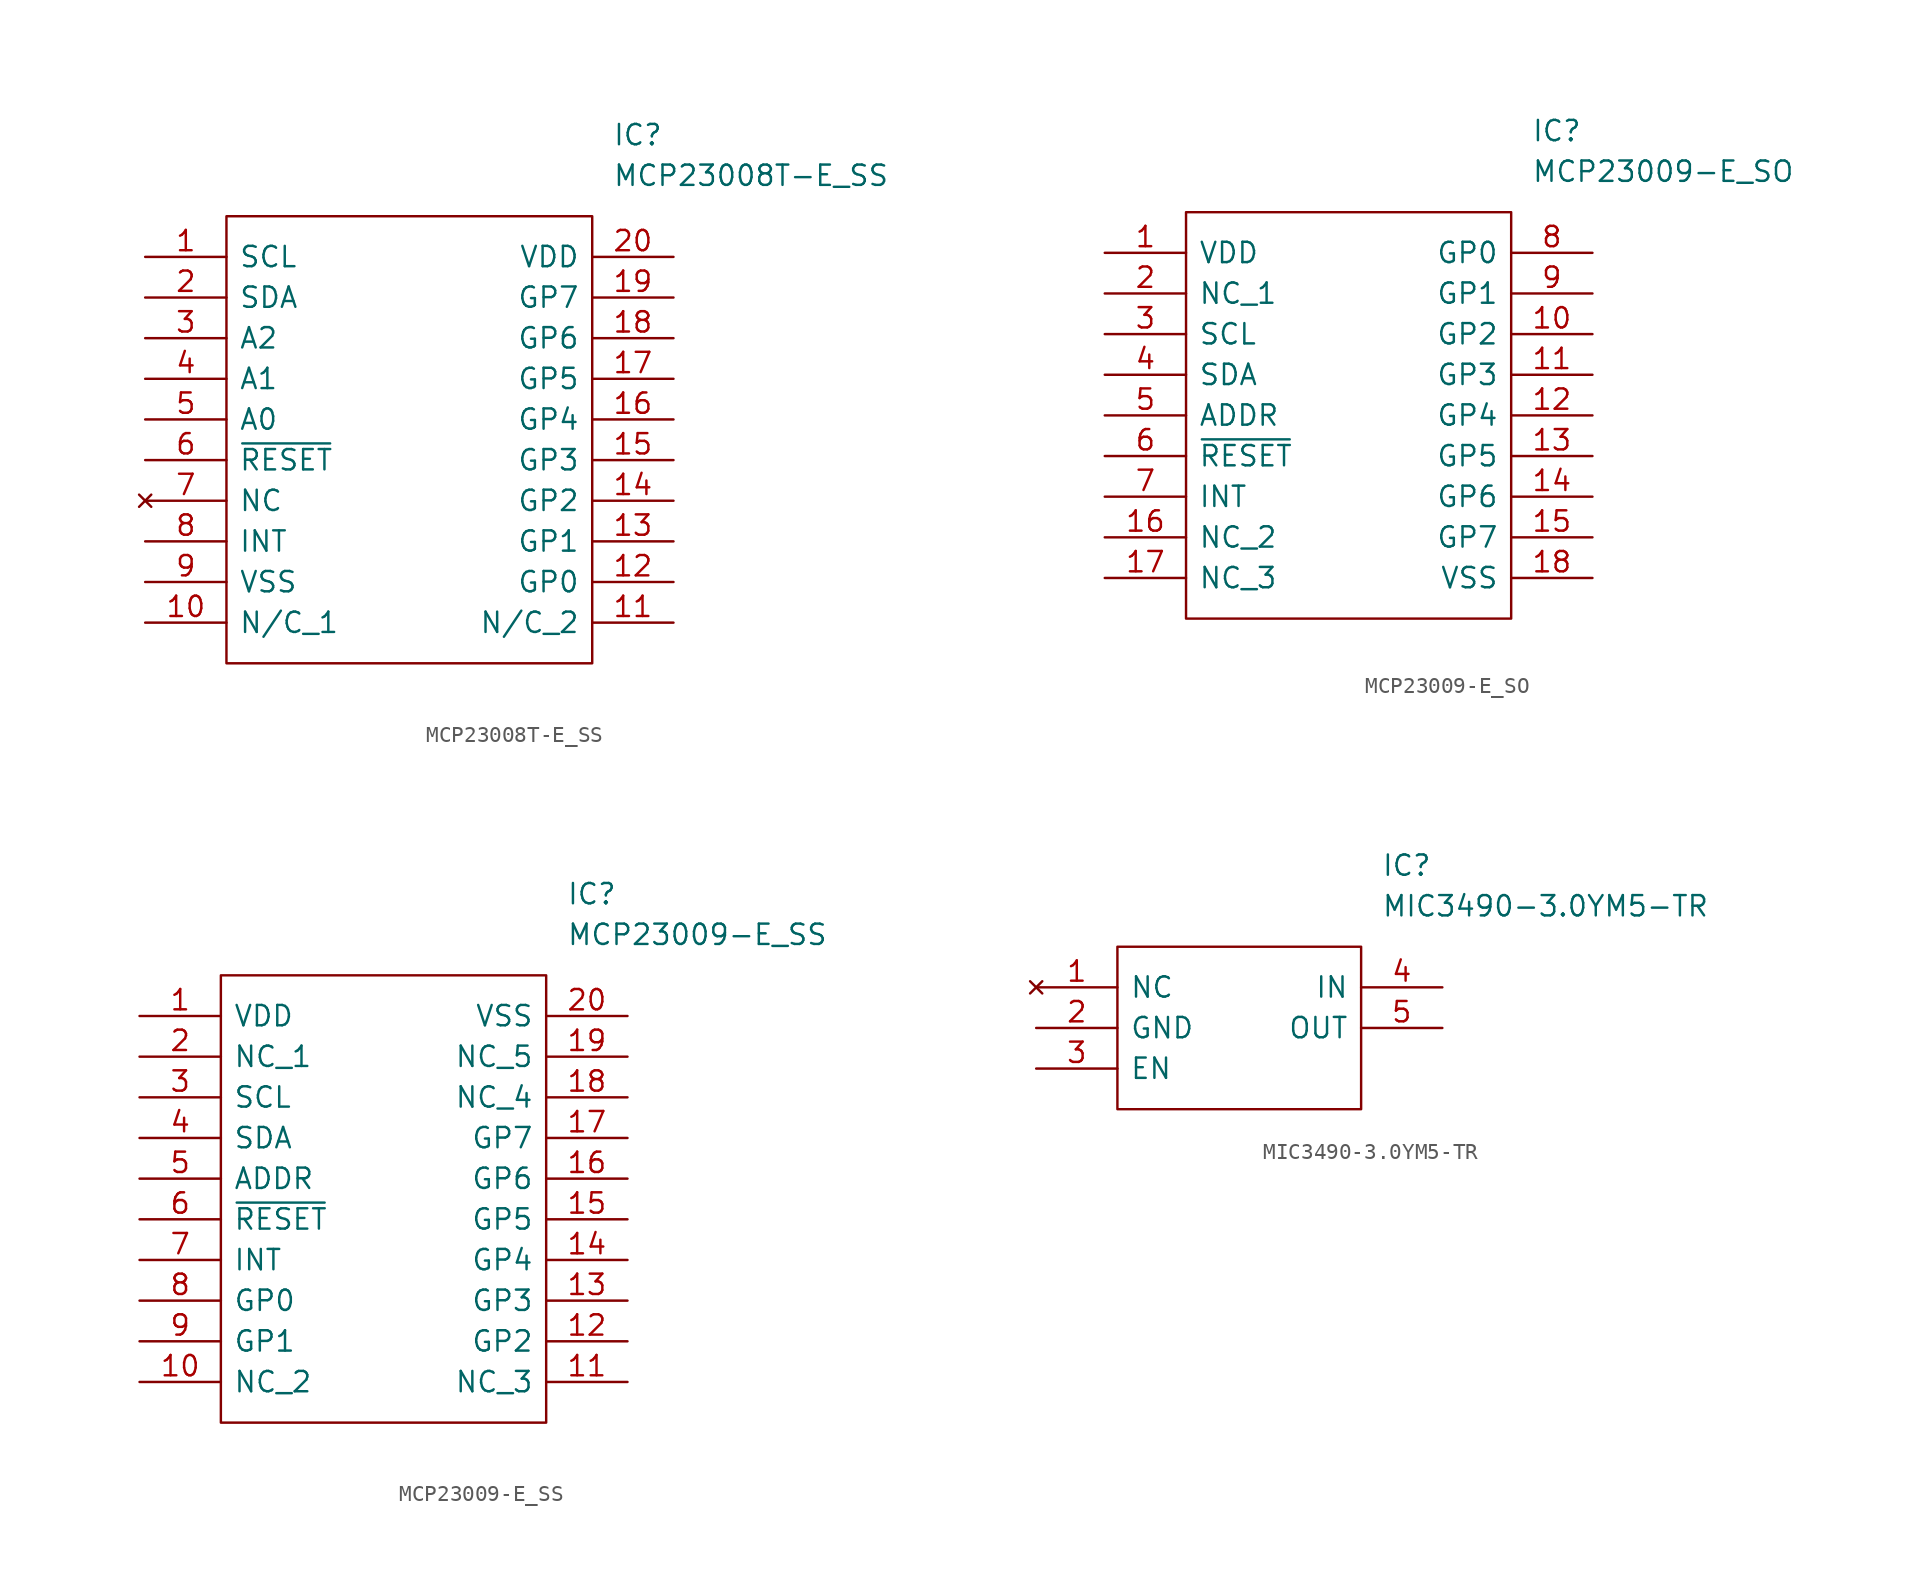
<source format=kicad_sym>
(kicad_symbol_lib
  (version 20211014)
  (generator kicad_symbol_editor)
  (symbol "MCP23008T-E_SS"
    (pin_names
      (offset 0.762))
    (property "Reference" "IC"
      (at 29.21 7.62 0)
      (effects (font (size 1.27 1.27)) (justify left)))
    (property "Value" "MCP23008T-E_SS"
      (at 29.21 5.08 0)
      (effects (font (size 1.27 1.27)) (justify left)))
    (symbol "MCP23008T-E_SS_0_0"
      (pin passive line (at 0 0 0) (length 5.08) (name "SCL" (effects (font (size 1.27 1.27)))) (number "1" (effects (font (size 1.27 1.27)))))
      (pin passive line (at 0 -22.86 0) (length 5.08) (name "N/C_1" (effects (font (size 1.27 1.27)))) (number "10" (effects (font (size 1.27 1.27)))))
      (pin passive line (at 33.02 -22.86 180) (length 5.08) (name "N/C_2" (effects (font (size 1.27 1.27)))) (number "11" (effects (font (size 1.27 1.27)))))
      (pin passive line (at 33.02 -20.32 180) (length 5.08) (name "GP0" (effects (font (size 1.27 1.27)))) (number "12" (effects (font (size 1.27 1.27)))))
      (pin passive line (at 33.02 -17.78 180) (length 5.08) (name "GP1" (effects (font (size 1.27 1.27)))) (number "13" (effects (font (size 1.27 1.27)))))
      (pin passive line (at 33.02 -15.24 180) (length 5.08) (name "GP2" (effects (font (size 1.27 1.27)))) (number "14" (effects (font (size 1.27 1.27)))))
      (pin passive line (at 33.02 -12.7 180) (length 5.08) (name "GP3" (effects (font (size 1.27 1.27)))) (number "15" (effects (font (size 1.27 1.27)))))
      (pin passive line (at 33.02 -10.16 180) (length 5.08) (name "GP4" (effects (font (size 1.27 1.27)))) (number "16" (effects (font (size 1.27 1.27)))))
      (pin passive line (at 33.02 -7.62 180) (length 5.08) (name "GP5" (effects (font (size 1.27 1.27)))) (number "17" (effects (font (size 1.27 1.27)))))
      (pin passive line (at 33.02 -5.08 180) (length 5.08) (name "GP6" (effects (font (size 1.27 1.27)))) (number "18" (effects (font (size 1.27 1.27)))))
      (pin passive line (at 33.02 -2.54 180) (length 5.08) (name "GP7" (effects (font (size 1.27 1.27)))) (number "19" (effects (font (size 1.27 1.27)))))
      (pin passive line (at 0 -2.54 0) (length 5.08) (name "SDA" (effects (font (size 1.27 1.27)))) (number "2" (effects (font (size 1.27 1.27)))))
      (pin passive line (at 33.02 0 180) (length 5.08) (name "VDD" (effects (font (size 1.27 1.27)))) (number "20" (effects (font (size 1.27 1.27)))))
      (pin passive line (at 0 -5.08 0) (length 5.08) (name "A2" (effects (font (size 1.27 1.27)))) (number "3" (effects (font (size 1.27 1.27)))))
      (pin passive line (at 0 -7.62 0) (length 5.08) (name "A1" (effects (font (size 1.27 1.27)))) (number "4" (effects (font (size 1.27 1.27)))))
      (pin passive line (at 0 -10.16 0) (length 5.08) (name "A0" (effects (font (size 1.27 1.27)))) (number "5" (effects (font (size 1.27 1.27)))))
      (pin passive line (at 0 -12.7 0) (length 5.08) (name "~{RESET}" (effects (font (size 1.27 1.27)))) (number "6" (effects (font (size 1.27 1.27)))))
      (pin no_connect line (at 0 -15.24 0) (length 5.08) (name "NC" (effects (font (size 1.27 1.27)))) (number "7" (effects (font (size 1.27 1.27)))))
      (pin passive line (at 0 -17.78 0) (length 5.08) (name "INT" (effects (font (size 1.27 1.27)))) (number "8" (effects (font (size 1.27 1.27)))))
      (pin passive line (at 0 -20.32 0) (length 5.08) (name "VSS" (effects (font (size 1.27 1.27)))) (number "9" (effects (font (size 1.27 1.27))))))
    (symbol "MCP23008T-E_SS_0_1"
      (polyline (pts (xy 5.08 2.54) (xy 27.94 2.54) (xy 27.94 -25.4) (xy 5.08 -25.4) (xy 5.08 2.54)) (stroke (width 0.152) (type default) (color 0 0 0 0)) (fill (type none)))))
  (symbol "MCP23009-E_SO"
    (pin_names
      (offset 0.762))
    (property "Reference" "IC"
      (at 26.67 7.62 0)
      (effects (font (size 1.27 1.27)) (justify left)))
    (property "Value" "MCP23009-E_SO"
      (at 26.67 5.08 0)
      (effects (font (size 1.27 1.27)) (justify left)))
    (symbol "MCP23009-E_SO_0_0"
      (pin passive line (at 0 0 0) (length 5.08) (name "VDD" (effects (font (size 1.27 1.27)))) (number "1" (effects (font (size 1.27 1.27)))))
      (pin passive line (at 30.48 -5.08 180) (length 5.08) (name "GP2" (effects (font (size 1.27 1.27)))) (number "10" (effects (font (size 1.27 1.27)))))
      (pin passive line (at 30.48 -7.62 180) (length 5.08) (name "GP3" (effects (font (size 1.27 1.27)))) (number "11" (effects (font (size 1.27 1.27)))))
      (pin passive line (at 30.48 -10.16 180) (length 5.08) (name "GP4" (effects (font (size 1.27 1.27)))) (number "12" (effects (font (size 1.27 1.27)))))
      (pin passive line (at 30.48 -12.7 180) (length 5.08) (name "GP5" (effects (font (size 1.27 1.27)))) (number "13" (effects (font (size 1.27 1.27)))))
      (pin passive line (at 30.48 -15.24 180) (length 5.08) (name "GP6" (effects (font (size 1.27 1.27)))) (number "14" (effects (font (size 1.27 1.27)))))
      (pin passive line (at 30.48 -17.78 180) (length 5.08) (name "GP7" (effects (font (size 1.27 1.27)))) (number "15" (effects (font (size 1.27 1.27)))))
      (pin passive line (at 0 -17.78 0) (length 5.08) (name "NC_2" (effects (font (size 1.27 1.27)))) (number "16" (effects (font (size 1.27 1.27)))))
      (pin passive line (at 0 -20.32 0) (length 5.08) (name "NC_3" (effects (font (size 1.27 1.27)))) (number "17" (effects (font (size 1.27 1.27)))))
      (pin passive line (at 30.48 -20.32 180) (length 5.08) (name "VSS" (effects (font (size 1.27 1.27)))) (number "18" (effects (font (size 1.27 1.27)))))
      (pin passive line (at 0 -2.54 0) (length 5.08) (name "NC_1" (effects (font (size 1.27 1.27)))) (number "2" (effects (font (size 1.27 1.27)))))
      (pin passive line (at 0 -5.08 0) (length 5.08) (name "SCL" (effects (font (size 1.27 1.27)))) (number "3" (effects (font (size 1.27 1.27)))))
      (pin passive line (at 0 -7.62 0) (length 5.08) (name "SDA" (effects (font (size 1.27 1.27)))) (number "4" (effects (font (size 1.27 1.27)))))
      (pin passive line (at 0 -10.16 0) (length 5.08) (name "ADDR" (effects (font (size 1.27 1.27)))) (number "5" (effects (font (size 1.27 1.27)))))
      (pin passive line (at 0 -12.7 0) (length 5.08) (name "~{RESET}" (effects (font (size 1.27 1.27)))) (number "6" (effects (font (size 1.27 1.27)))))
      (pin passive line (at 0 -15.24 0) (length 5.08) (name "INT" (effects (font (size 1.27 1.27)))) (number "7" (effects (font (size 1.27 1.27)))))
      (pin passive line (at 30.48 0 180) (length 5.08) (name "GP0" (effects (font (size 1.27 1.27)))) (number "8" (effects (font (size 1.27 1.27)))))
      (pin passive line (at 30.48 -2.54 180) (length 5.08) (name "GP1" (effects (font (size 1.27 1.27)))) (number "9" (effects (font (size 1.27 1.27))))))
    (symbol "MCP23009-E_SO_0_1"
      (polyline (pts (xy 5.08 2.54) (xy 25.4 2.54) (xy 25.4 -22.86) (xy 5.08 -22.86) (xy 5.08 2.54)) (stroke (width 0.152) (type default) (color 0 0 0 0)) (fill (type none)))))
  (symbol "MCP23009-E_SS"
    (pin_names
      (offset 0.762))
    (property "Reference" "IC"
      (at 26.67 7.62 0)
      (effects (font (size 1.27 1.27)) (justify left)))
    (property "Value" "MCP23009-E_SS"
      (at 26.67 5.08 0)
      (effects (font (size 1.27 1.27)) (justify left)))
    (symbol "MCP23009-E_SS_0_0"
      (pin passive line (at 0 0 0) (length 5.08) (name "VDD" (effects (font (size 1.27 1.27)))) (number "1" (effects (font (size 1.27 1.27)))))
      (pin passive line (at 0 -22.86 0) (length 5.08) (name "NC_2" (effects (font (size 1.27 1.27)))) (number "10" (effects (font (size 1.27 1.27)))))
      (pin passive line (at 30.48 -22.86 180) (length 5.08) (name "NC_3" (effects (font (size 1.27 1.27)))) (number "11" (effects (font (size 1.27 1.27)))))
      (pin passive line (at 30.48 -20.32 180) (length 5.08) (name "GP2" (effects (font (size 1.27 1.27)))) (number "12" (effects (font (size 1.27 1.27)))))
      (pin passive line (at 30.48 -17.78 180) (length 5.08) (name "GP3" (effects (font (size 1.27 1.27)))) (number "13" (effects (font (size 1.27 1.27)))))
      (pin passive line (at 30.48 -15.24 180) (length 5.08) (name "GP4" (effects (font (size 1.27 1.27)))) (number "14" (effects (font (size 1.27 1.27)))))
      (pin passive line (at 30.48 -12.7 180) (length 5.08) (name "GP5" (effects (font (size 1.27 1.27)))) (number "15" (effects (font (size 1.27 1.27)))))
      (pin passive line (at 30.48 -10.16 180) (length 5.08) (name "GP6" (effects (font (size 1.27 1.27)))) (number "16" (effects (font (size 1.27 1.27)))))
      (pin passive line (at 30.48 -7.62 180) (length 5.08) (name "GP7" (effects (font (size 1.27 1.27)))) (number "17" (effects (font (size 1.27 1.27)))))
      (pin passive line (at 30.48 -5.08 180) (length 5.08) (name "NC_4" (effects (font (size 1.27 1.27)))) (number "18" (effects (font (size 1.27 1.27)))))
      (pin passive line (at 30.48 -2.54 180) (length 5.08) (name "NC_5" (effects (font (size 1.27 1.27)))) (number "19" (effects (font (size 1.27 1.27)))))
      (pin passive line (at 0 -2.54 0) (length 5.08) (name "NC_1" (effects (font (size 1.27 1.27)))) (number "2" (effects (font (size 1.27 1.27)))))
      (pin passive line (at 30.48 0 180) (length 5.08) (name "VSS" (effects (font (size 1.27 1.27)))) (number "20" (effects (font (size 1.27 1.27)))))
      (pin passive line (at 0 -5.08 0) (length 5.08) (name "SCL" (effects (font (size 1.27 1.27)))) (number "3" (effects (font (size 1.27 1.27)))))
      (pin passive line (at 0 -7.62 0) (length 5.08) (name "SDA" (effects (font (size 1.27 1.27)))) (number "4" (effects (font (size 1.27 1.27)))))
      (pin passive line (at 0 -10.16 0) (length 5.08) (name "ADDR" (effects (font (size 1.27 1.27)))) (number "5" (effects (font (size 1.27 1.27)))))
      (pin passive line (at 0 -12.7 0) (length 5.08) (name "~{RESET}" (effects (font (size 1.27 1.27)))) (number "6" (effects (font (size 1.27 1.27)))))
      (pin passive line (at 0 -15.24 0) (length 5.08) (name "INT" (effects (font (size 1.27 1.27)))) (number "7" (effects (font (size 1.27 1.27)))))
      (pin passive line (at 0 -17.78 0) (length 5.08) (name "GP0" (effects (font (size 1.27 1.27)))) (number "8" (effects (font (size 1.27 1.27)))))
      (pin passive line (at 0 -20.32 0) (length 5.08) (name "GP1" (effects (font (size 1.27 1.27)))) (number "9" (effects (font (size 1.27 1.27))))))
    (symbol "MCP23009-E_SS_0_1"
      (polyline (pts (xy 5.08 2.54) (xy 25.4 2.54) (xy 25.4 -25.4) (xy 5.08 -25.4) (xy 5.08 2.54)) (stroke (width 0.152) (type default) (color 0 0 0 0)) (fill (type none)))))
  (symbol "MIC3490-3.0YM5-TR"
    (pin_names
      (offset 0.762))
    (property "Reference" "IC"
      (at 21.59 7.62 0)
      (effects (font (size 1.27 1.27)) (justify left)))
    (property "Value" "MIC3490-3.0YM5-TR"
      (at 21.59 5.08 0)
      (effects (font (size 1.27 1.27)) (justify left)))
    (symbol "MIC3490-3.0YM5-TR_0_0"
      (pin no_connect line (at 0 0 0) (length 5.08) (name "NC" (effects (font (size 1.27 1.27)))) (number "1" (effects (font (size 1.27 1.27)))))
      (pin power_in line (at 0 -2.54 0) (length 5.08) (name "GND" (effects (font (size 1.27 1.27)))) (number "2" (effects (font (size 1.27 1.27)))))
      (pin input line (at 0 -5.08 0) (length 5.08) (name "EN" (effects (font (size 1.27 1.27)))) (number "3" (effects (font (size 1.27 1.27)))))
      (pin input line (at 25.4 0 180) (length 5.08) (name "IN" (effects (font (size 1.27 1.27)))) (number "4" (effects (font (size 1.27 1.27)))))
      (pin output line (at 25.4 -2.54 180) (length 5.08) (name "OUT" (effects (font (size 1.27 1.27)))) (number "5" (effects (font (size 1.27 1.27))))))
    (symbol "MIC3490-3.0YM5-TR_0_1"
      (polyline (pts (xy 5.08 2.54) (xy 20.32 2.54) (xy 20.32 -7.62) (xy 5.08 -7.62) (xy 5.08 2.54)) (stroke (width 0.152) (type default) (color 0 0 0 0)) (fill (type none))))))
</source>
